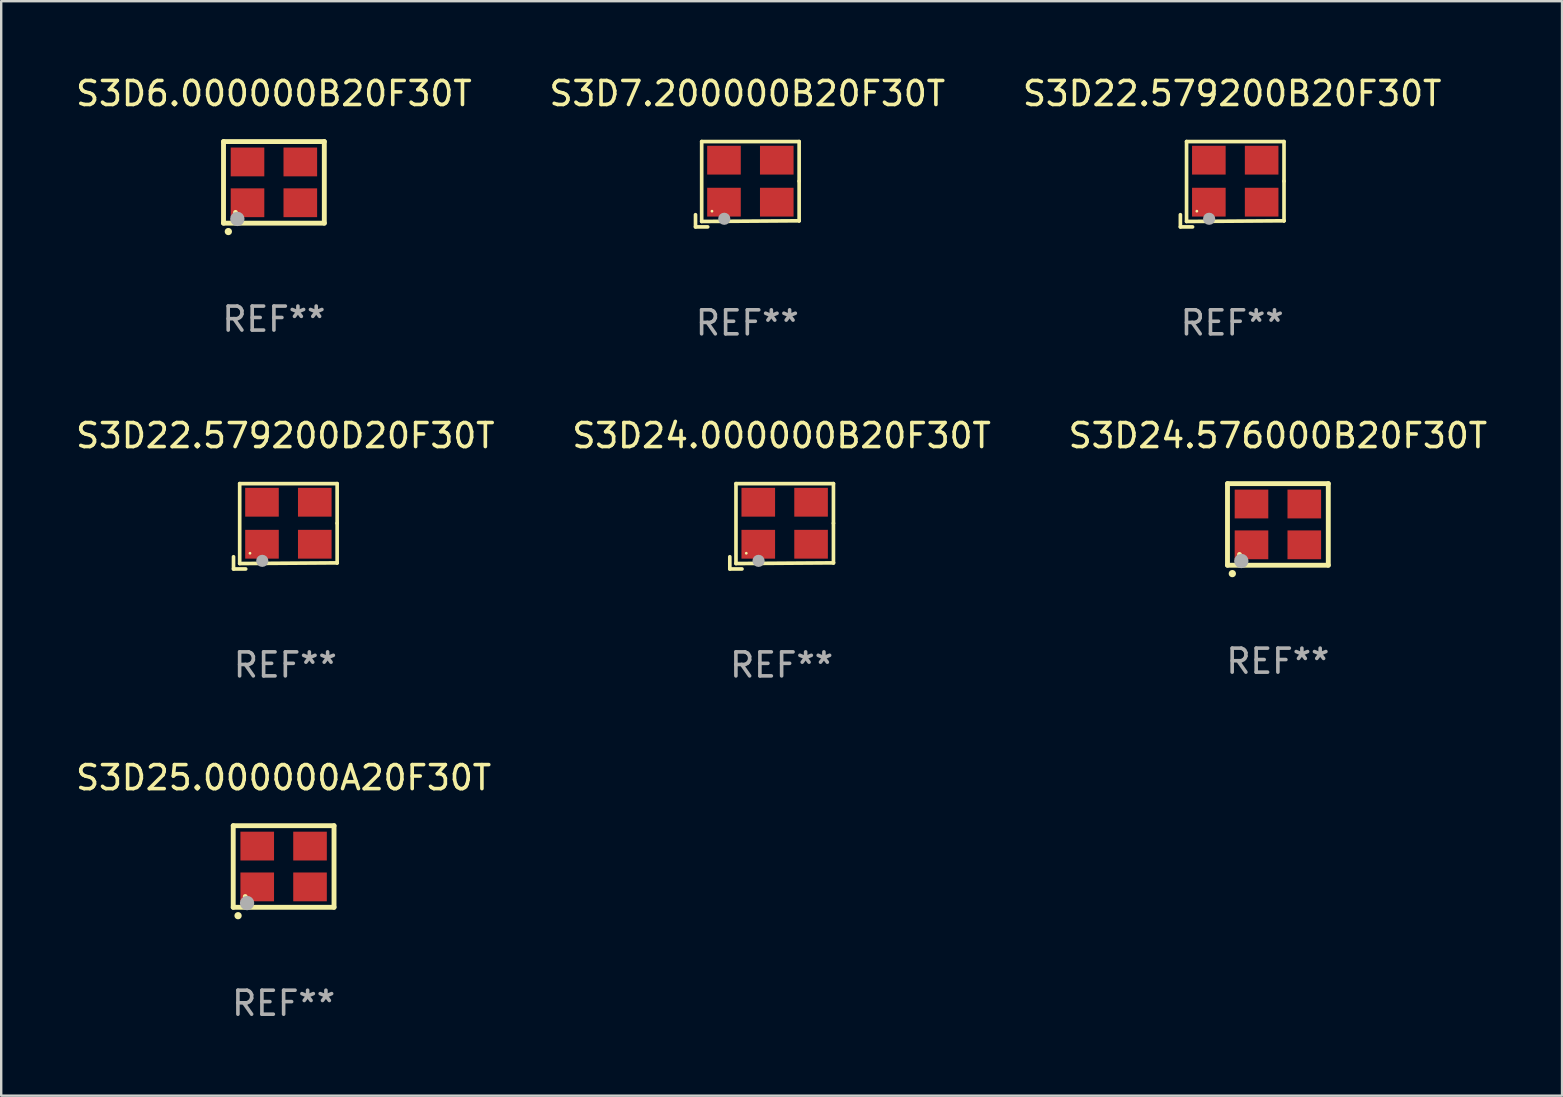
<source format=kicad_pcb>
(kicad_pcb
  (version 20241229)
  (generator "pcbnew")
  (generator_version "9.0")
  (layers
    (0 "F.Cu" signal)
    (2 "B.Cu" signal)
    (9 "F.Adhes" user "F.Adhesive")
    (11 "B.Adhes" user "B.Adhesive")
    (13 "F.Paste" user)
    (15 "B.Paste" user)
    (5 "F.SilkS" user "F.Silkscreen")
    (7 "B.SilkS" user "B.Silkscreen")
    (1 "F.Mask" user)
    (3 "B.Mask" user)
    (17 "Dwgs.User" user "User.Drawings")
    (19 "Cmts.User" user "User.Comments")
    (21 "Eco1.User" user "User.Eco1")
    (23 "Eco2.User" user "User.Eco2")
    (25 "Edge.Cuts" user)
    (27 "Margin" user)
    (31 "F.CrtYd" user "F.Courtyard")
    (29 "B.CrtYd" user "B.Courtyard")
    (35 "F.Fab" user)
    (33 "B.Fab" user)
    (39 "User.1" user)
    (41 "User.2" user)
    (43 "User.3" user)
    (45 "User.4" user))
  (footprint "S3D24.000000B20F30T"
    (layer "F.Cu")
    (at 29.518 18.879)
    (property "Reference" "S3D24.000000B20F30T" (at 0 -3.778 0) (layer "F.SilkS") (effects (font (size 1 1) (thickness 0.15))))
    (attr through_hole)
    (fp_line (start -2.159 1.27) (end -2.159 1.778) (stroke (width 0.152) (type solid)) (layer "F.SilkS"))
    (fp_line (start -2.159 1.778) (end -1.651 1.778) (stroke (width 0.152) (type solid)) (layer "F.SilkS"))
    (fp_line (start -1.902 -1.778) (end 2.159 -1.778) (stroke (width 0.152) (type solid)) (layer "F.SilkS"))
    (fp_line (start -1.902 1.552) (end -1.902 -1.778) (stroke (width 0.152) (type solid)) (layer "F.SilkS"))
    (fp_line (start 2.159 -1.778) (end 2.159 -0.127) (stroke (width 0.152) (type solid)) (layer "F.SilkS"))
    (fp_line (start 2.159 -0.127) (end 2.159 1.524) (stroke (width 0.152) (type solid)) (layer "F.SilkS"))
    (fp_line (start 2.159 1.524) (end -1.902 1.552) (stroke (width 0.152) (type solid)) (layer "F.SilkS"))
    (fp_line (start 2.159 1.524) (end 2.159 1.524) (stroke (width 0.152) (type solid)) (layer "F.SilkS"))
    (fp_circle (center -1.473 1.123) (end -1.443 1.123) (stroke (width 0.06) (type solid)) (fill no) (layer "F.SilkS"))
    (fp_circle (center -0.961 1.44) (end -0.834 1.44) (stroke (width 0.254) (type solid)) (fill no) (layer "F.Fab"))
    (fp_text user "REF**" (at 0 5.778 0) (layer "F.Fab") (effects (font (size 1 1) (thickness 0.15))))
    (pad "1" smd rect (at -0.973 0.748) (size 1.4 1.2) (layers "F.Cu" "F.Mask" "F.Paste"))
    (pad "2" smd rect (at 1.227 0.748) (size 1.4 1.2) (layers "F.Cu" "F.Mask" "F.Paste"))
    (pad "3" smd rect (at 1.227 -1.002) (size 1.4 1.2) (layers "F.Cu" "F.Mask" "F.Paste"))
    (pad "4" smd rect (at -0.973 -1.002) (size 1.4 1.2) (layers "F.Cu" "F.Mask" "F.Paste")))
  (footprint "S3D6.000000B20F30T"
    (layer "F.Cu")
    (at 8.363 4.548)
    (property "Reference" "S3D6.000000B20F30T" (at 0 -3.7 0) (layer "F.SilkS") (effects (font (size 1 1) (thickness 0.15))))
    (attr through_hole)
    (fp_line (start -2.1 -1.7) (end -2.1 1.7) (stroke (width 0.203) (type solid)) (layer "F.SilkS"))
    (fp_line (start -2.1 1.7) (end 2.1 1.7) (stroke (width 0.203) (type solid)) (layer "F.SilkS"))
    (fp_line (start 2.1 -1.7) (end -2.1 -1.7) (stroke (width 0.203) (type solid)) (layer "F.SilkS"))
    (fp_line (start 2.1 1.7) (end 2.1 -1.7) (stroke (width 0.203) (type solid)) (layer "F.SilkS"))
    (fp_arc (start -1.899924 2.049784) (mid -1.898654 2.049779) (end -1.897384 2.049784) (stroke (width 0.3) (type solid)) (layer "F.SilkS"))
    (fp_circle (center -1.6 1.25) (end -1.55 1.25) (stroke (width 0.1) (type solid)) (fill no) (layer "F.SilkS"))
    (fp_circle (center -1.524 1.524) (end -1.374 1.524) (stroke (width 0.3) (type solid)) (fill no) (layer "F.Fab"))
    (fp_text user "REF**" (at 0 5.7 0) (layer "F.Fab") (effects (font (size 1 1) (thickness 0.15))))
    (pad "1" smd rect (at -1.1 0.85) (size 1.4 1.2) (layers "F.Cu" "F.Mask" "F.Paste"))
    (pad "2" smd rect (at 1.1 0.85) (size 1.4 1.2) (layers "F.Cu" "F.Mask" "F.Paste"))
    (pad "3" smd rect (at 1.1 -0.85) (size 1.4 1.2) (layers "F.Cu" "F.Mask" "F.Paste"))
    (pad "4" smd rect (at -1.1 -0.85) (size 1.4 1.2) (layers "F.Cu" "F.Mask" "F.Paste")))
  (footprint "S3D22.579200D20F30T"
    (layer "F.Cu")
    (at 8.839 18.879)
    (property "Reference" "S3D22.579200D20F30T" (at 0 -3.778 0) (layer "F.SilkS") (effects (font (size 1 1) (thickness 0.15))))
    (attr through_hole)
    (fp_line (start -2.159 1.27) (end -2.159 1.778) (stroke (width 0.152) (type solid)) (layer "F.SilkS"))
    (fp_line (start -2.159 1.778) (end -1.651 1.778) (stroke (width 0.152) (type solid)) (layer "F.SilkS"))
    (fp_line (start -1.902 -1.778) (end 2.159 -1.778) (stroke (width 0.152) (type solid)) (layer "F.SilkS"))
    (fp_line (start -1.902 1.552) (end -1.902 -1.778) (stroke (width 0.152) (type solid)) (layer "F.SilkS"))
    (fp_line (start 2.159 -1.778) (end 2.159 -0.127) (stroke (width 0.152) (type solid)) (layer "F.SilkS"))
    (fp_line (start 2.159 -0.127) (end 2.159 1.524) (stroke (width 0.152) (type solid)) (layer "F.SilkS"))
    (fp_line (start 2.159 1.524) (end -1.902 1.552) (stroke (width 0.152) (type solid)) (layer "F.SilkS"))
    (fp_line (start 2.159 1.524) (end 2.159 1.524) (stroke (width 0.152) (type solid)) (layer "F.SilkS"))
    (fp_circle (center -1.473 1.123) (end -1.443 1.123) (stroke (width 0.06) (type solid)) (fill no) (layer "F.SilkS"))
    (fp_circle (center -0.961 1.44) (end -0.834 1.44) (stroke (width 0.254) (type solid)) (fill no) (layer "F.Fab"))
    (fp_text user "REF**" (at 0 5.778 0) (layer "F.Fab") (effects (font (size 1 1) (thickness 0.15))))
    (pad "1" smd rect (at -0.973 0.748) (size 1.4 1.2) (layers "F.Cu" "F.Mask" "F.Paste"))
    (pad "2" smd rect (at 1.227 0.748) (size 1.4 1.2) (layers "F.Cu" "F.Mask" "F.Paste"))
    (pad "3" smd rect (at 1.227 -1.002) (size 1.4 1.2) (layers "F.Cu" "F.Mask" "F.Paste"))
    (pad "4" smd rect (at -0.973 -1.002) (size 1.4 1.2) (layers "F.Cu" "F.Mask" "F.Paste")))
  (footprint "S3D24.576000B20F30T"
    (layer "F.Cu")
    (at 50.196 18.801)
    (property "Reference" "S3D24.576000B20F30T" (at 0 -3.7 0) (layer "F.SilkS") (effects (font (size 1 1) (thickness 0.15))))
    (attr through_hole)
    (fp_line (start -2.1 -1.7) (end -2.1 1.7) (stroke (width 0.203) (type solid)) (layer "F.SilkS"))
    (fp_line (start -2.1 1.7) (end 2.1 1.7) (stroke (width 0.203) (type solid)) (layer "F.SilkS"))
    (fp_line (start 2.1 -1.7) (end -2.1 -1.7) (stroke (width 0.203) (type solid)) (layer "F.SilkS"))
    (fp_line (start 2.1 1.7) (end 2.1 -1.7) (stroke (width 0.203) (type solid)) (layer "F.SilkS"))
    (fp_arc (start -1.899924 2.049784) (mid -1.898654 2.049779) (end -1.897384 2.049784) (stroke (width 0.3) (type solid)) (layer "F.SilkS"))
    (fp_circle (center -1.6 1.25) (end -1.55 1.25) (stroke (width 0.1) (type solid)) (fill no) (layer "F.SilkS"))
    (fp_circle (center -1.524 1.524) (end -1.374 1.524) (stroke (width 0.3) (type solid)) (fill no) (layer "F.Fab"))
    (fp_text user "REF**" (at 0 5.7 0) (layer "F.Fab") (effects (font (size 1 1) (thickness 0.15))))
    (pad "1" smd rect (at -1.1 0.85) (size 1.4 1.2) (layers "F.Cu" "F.Mask" "F.Paste"))
    (pad "2" smd rect (at 1.1 0.85) (size 1.4 1.2) (layers "F.Cu" "F.Mask" "F.Paste"))
    (pad "3" smd rect (at 1.1 -0.85) (size 1.4 1.2) (layers "F.Cu" "F.Mask" "F.Paste"))
    (pad "4" smd rect (at -1.1 -0.85) (size 1.4 1.2) (layers "F.Cu" "F.Mask" "F.Paste")))
  (footprint "S3D22.579200B20F30T"
    (layer "F.Cu")
    (at 48.292 4.626)
    (property "Reference" "S3D22.579200B20F30T" (at 0 -3.778 0) (layer "F.SilkS") (effects (font (size 1 1) (thickness 0.15))))
    (attr through_hole)
    (fp_line (start -2.159 1.27) (end -2.159 1.778) (stroke (width 0.152) (type solid)) (layer "F.SilkS"))
    (fp_line (start -2.159 1.778) (end -1.651 1.778) (stroke (width 0.152) (type solid)) (layer "F.SilkS"))
    (fp_line (start -1.902 -1.778) (end 2.159 -1.778) (stroke (width 0.152) (type solid)) (layer "F.SilkS"))
    (fp_line (start -1.902 1.552) (end -1.902 -1.778) (stroke (width 0.152) (type solid)) (layer "F.SilkS"))
    (fp_line (start 2.159 -1.778) (end 2.159 -0.127) (stroke (width 0.152) (type solid)) (layer "F.SilkS"))
    (fp_line (start 2.159 -0.127) (end 2.159 1.524) (stroke (width 0.152) (type solid)) (layer "F.SilkS"))
    (fp_line (start 2.159 1.524) (end -1.902 1.552) (stroke (width 0.152) (type solid)) (layer "F.SilkS"))
    (fp_line (start 2.159 1.524) (end 2.159 1.524) (stroke (width 0.152) (type solid)) (layer "F.SilkS"))
    (fp_circle (center -1.473 1.123) (end -1.443 1.123) (stroke (width 0.06) (type solid)) (fill no) (layer "F.SilkS"))
    (fp_circle (center -0.961 1.44) (end -0.834 1.44) (stroke (width 0.254) (type solid)) (fill no) (layer "F.Fab"))
    (fp_text user "REF**" (at 0 5.778 0) (layer "F.Fab") (effects (font (size 1 1) (thickness 0.15))))
    (pad "1" smd rect (at -0.973 0.748) (size 1.4 1.2) (layers "F.Cu" "F.Mask" "F.Paste"))
    (pad "2" smd rect (at 1.227 0.748) (size 1.4 1.2) (layers "F.Cu" "F.Mask" "F.Paste"))
    (pad "3" smd rect (at 1.227 -1.002) (size 1.4 1.2) (layers "F.Cu" "F.Mask" "F.Paste"))
    (pad "4" smd rect (at -0.973 -1.002) (size 1.4 1.2) (layers "F.Cu" "F.Mask" "F.Paste")))
  (footprint "S3D7.200000B20F30T"
    (layer "F.Cu")
    (at 28.089 4.626)
    (property "Reference" "S3D7.200000B20F30T" (at 0 -3.778 0) (layer "F.SilkS") (effects (font (size 1 1) (thickness 0.15))))
    (attr through_hole)
    (fp_line (start -2.159 1.27) (end -2.159 1.778) (stroke (width 0.152) (type solid)) (layer "F.SilkS"))
    (fp_line (start -2.159 1.778) (end -1.651 1.778) (stroke (width 0.152) (type solid)) (layer "F.SilkS"))
    (fp_line (start -1.902 -1.778) (end 2.159 -1.778) (stroke (width 0.152) (type solid)) (layer "F.SilkS"))
    (fp_line (start -1.902 1.552) (end -1.902 -1.778) (stroke (width 0.152) (type solid)) (layer "F.SilkS"))
    (fp_line (start 2.159 -1.778) (end 2.159 -0.127) (stroke (width 0.152) (type solid)) (layer "F.SilkS"))
    (fp_line (start 2.159 -0.127) (end 2.159 1.524) (stroke (width 0.152) (type solid)) (layer "F.SilkS"))
    (fp_line (start 2.159 1.524) (end -1.902 1.552) (stroke (width 0.152) (type solid)) (layer "F.SilkS"))
    (fp_line (start 2.159 1.524) (end 2.159 1.524) (stroke (width 0.152) (type solid)) (layer "F.SilkS"))
    (fp_circle (center -1.473 1.123) (end -1.443 1.123) (stroke (width 0.06) (type solid)) (fill no) (layer "F.SilkS"))
    (fp_circle (center -0.961 1.44) (end -0.834 1.44) (stroke (width 0.254) (type solid)) (fill no) (layer "F.Fab"))
    (fp_text user "REF**" (at 0 5.778 0) (layer "F.Fab") (effects (font (size 1 1) (thickness 0.15))))
    (pad "1" smd rect (at -0.973 0.748) (size 1.4 1.2) (layers "F.Cu" "F.Mask" "F.Paste"))
    (pad "2" smd rect (at 1.227 0.748) (size 1.4 1.2) (layers "F.Cu" "F.Mask" "F.Paste"))
    (pad "3" smd rect (at 1.227 -1.002) (size 1.4 1.2) (layers "F.Cu" "F.Mask" "F.Paste"))
    (pad "4" smd rect (at -0.973 -1.002) (size 1.4 1.2) (layers "F.Cu" "F.Mask" "F.Paste")))
  (footprint "S3D25.000000A20F30T"
    (layer "F.Cu")
    (at 8.768 33.054)
    (property "Reference" "S3D25.000000A20F30T" (at 0 -3.7 0) (layer "F.SilkS") (effects (font (size 1 1) (thickness 0.15))))
    (attr through_hole)
    (fp_line (start -2.1 -1.7) (end -2.1 1.7) (stroke (width 0.203) (type solid)) (layer "F.SilkS"))
    (fp_line (start -2.1 1.7) (end 2.1 1.7) (stroke (width 0.203) (type solid)) (layer "F.SilkS"))
    (fp_line (start 2.1 -1.7) (end -2.1 -1.7) (stroke (width 0.203) (type solid)) (layer "F.SilkS"))
    (fp_line (start 2.1 1.7) (end 2.1 -1.7) (stroke (width 0.203) (type solid)) (layer "F.SilkS"))
    (fp_arc (start -1.899924 2.049784) (mid -1.898654 2.049779) (end -1.897384 2.049784) (stroke (width 0.3) (type solid)) (layer "F.SilkS"))
    (fp_circle (center -1.6 1.25) (end -1.55 1.25) (stroke (width 0.1) (type solid)) (fill no) (layer "F.SilkS"))
    (fp_circle (center -1.524 1.524) (end -1.374 1.524) (stroke (width 0.3) (type solid)) (fill no) (layer "F.Fab"))
    (fp_text user "REF**" (at 0 5.7 0) (layer "F.Fab") (effects (font (size 1 1) (thickness 0.15))))
    (pad "1" smd rect (at -1.1 0.85) (size 1.4 1.2) (layers "F.Cu" "F.Mask" "F.Paste"))
    (pad "2" smd rect (at 1.1 0.85) (size 1.4 1.2) (layers "F.Cu" "F.Mask" "F.Paste"))
    (pad "3" smd rect (at 1.1 -0.85) (size 1.4 1.2) (layers "F.Cu" "F.Mask" "F.Paste"))
    (pad "4" smd rect (at -1.1 -0.85) (size 1.4 1.2) (layers "F.Cu" "F.Mask" "F.Paste")))
  (gr_rect
    (start -3 -3)
    (end 62.036 42.602)
    (stroke (width 0.1) (type default))
    (fill no)
    (layer "Edge.Cuts")))
</source>
